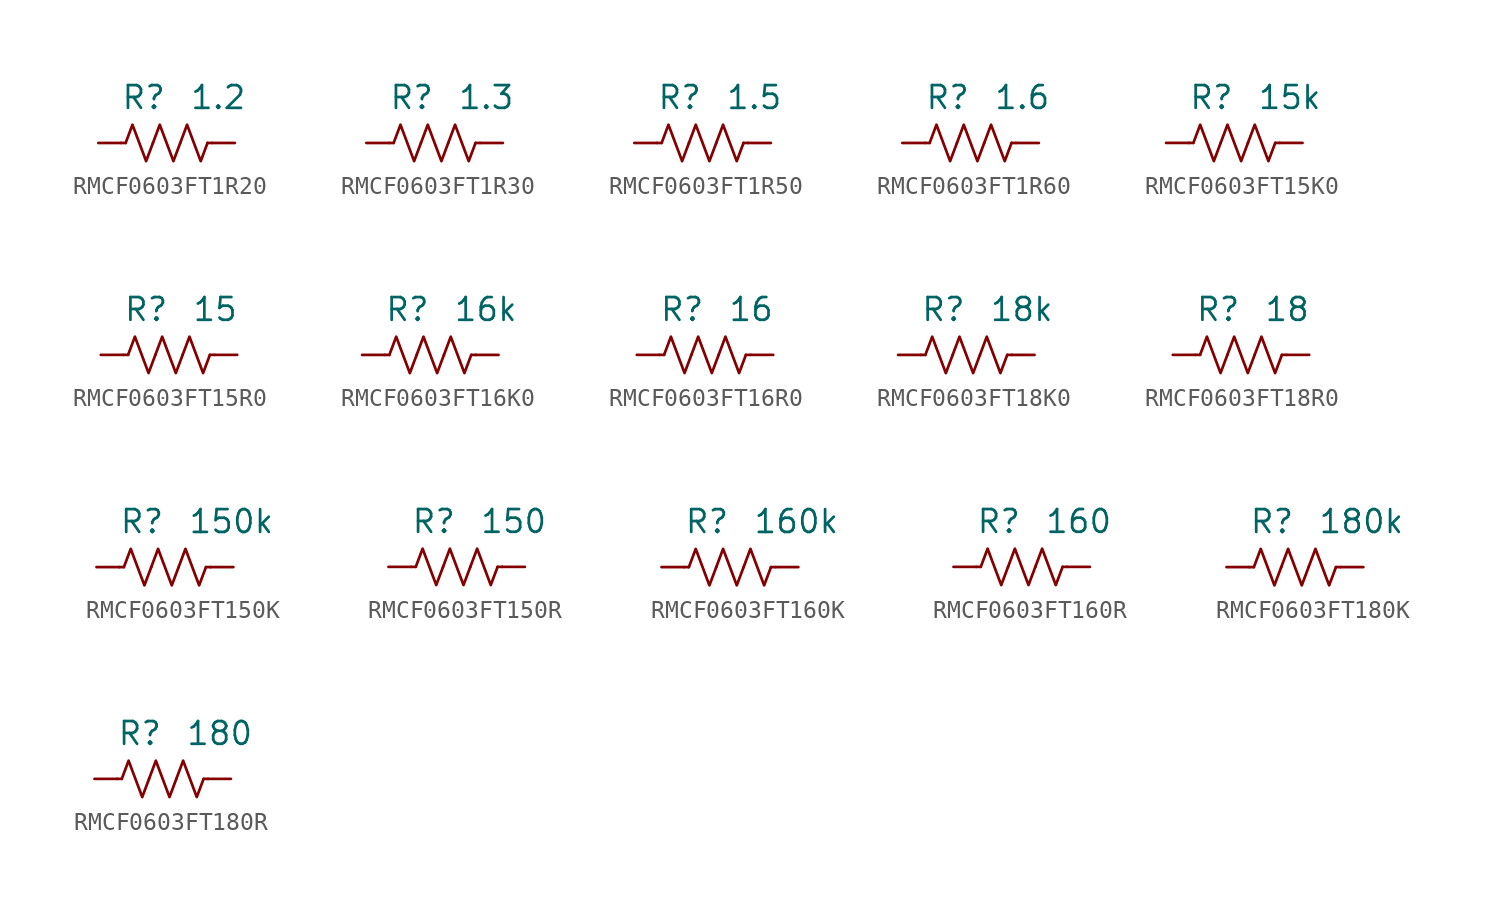
<source format=kicad_sym>
(kicad_symbol_lib
  (version 20241209)
  (generator "kicad_symbol_editor")
  (generator_version "9.0")
  (symbol "RMCF0603FT1R20"
    (pin_numbers
      (hide yes))
    (property "Reference" "R"
      (at 0 2.54 0)
      (effects (font (size 1.27 1.27)) (justify right)))
    (property "Value" "1.2"
      (at 1.27 2.54 0)
      (effects (font (size 1.27 1.27)) (justify left)))
    (symbol "RMCF0603FT1R20_0_1"
      (polyline (pts (xy -2.286 0) (xy -2.54 0)) (stroke (width 0) (type default)) (fill (type none)))
      (polyline (pts (xy -2.286 0) (xy -1.905 1.016) (xy -1.524 0) (xy -1.143 -1.016) (xy -0.762 0)) (stroke (width 0) (type default)) (fill (type none)))
      (polyline (pts (xy -0.762 0) (xy -0.381 1.016) (xy 0 0) (xy 0.381 -1.016) (xy 0.762 0)) (stroke (width 0) (type default)) (fill (type none)))
      (polyline (pts (xy 0.762 0) (xy 1.143 1.016) (xy 1.524 0) (xy 1.905 -1.016) (xy 2.286 0)) (stroke (width 0) (type default)) (fill (type none)))
      (polyline (pts (xy 2.286 0) (xy 2.54 0)) (stroke (width 0) (type default)) (fill (type none))))
    (symbol "RMCF0603FT1R20_1_1"
      (pin passive line (at -3.81 0 0) (length 1.27) (name "~" (effects (font (size 1.27 1.27)))) (number "1" (effects (font (size 1.27 1.27)))))
      (pin passive line (at 3.81 0 180) (length 1.27) (name "~" (effects (font (size 1.27 1.27)))) (number "2" (effects (font (size 1.27 1.27)))))))
  (symbol "RMCF0603FT1R30"
    (pin_numbers
      (hide yes))
    (property "Reference" "R"
      (at 0 2.54 0)
      (effects (font (size 1.27 1.27)) (justify right)))
    (property "Value" "1.3"
      (at 1.27 2.54 0)
      (effects (font (size 1.27 1.27)) (justify left)))
    (symbol "RMCF0603FT1R30_0_1"
      (polyline (pts (xy -2.286 0) (xy -2.54 0)) (stroke (width 0) (type default)) (fill (type none)))
      (polyline (pts (xy -2.286 0) (xy -1.905 1.016) (xy -1.524 0) (xy -1.143 -1.016) (xy -0.762 0)) (stroke (width 0) (type default)) (fill (type none)))
      (polyline (pts (xy -0.762 0) (xy -0.381 1.016) (xy 0 0) (xy 0.381 -1.016) (xy 0.762 0)) (stroke (width 0) (type default)) (fill (type none)))
      (polyline (pts (xy 0.762 0) (xy 1.143 1.016) (xy 1.524 0) (xy 1.905 -1.016) (xy 2.286 0)) (stroke (width 0) (type default)) (fill (type none)))
      (polyline (pts (xy 2.286 0) (xy 2.54 0)) (stroke (width 0) (type default)) (fill (type none))))
    (symbol "RMCF0603FT1R30_1_1"
      (pin passive line (at -3.81 0 0) (length 1.27) (name "~" (effects (font (size 1.27 1.27)))) (number "1" (effects (font (size 1.27 1.27)))))
      (pin passive line (at 3.81 0 180) (length 1.27) (name "~" (effects (font (size 1.27 1.27)))) (number "2" (effects (font (size 1.27 1.27)))))))
  (symbol "RMCF0603FT1R50"
    (pin_numbers
      (hide yes))
    (property "Reference" "R"
      (at 0 2.54 0)
      (effects (font (size 1.27 1.27)) (justify right)))
    (property "Value" "1.5"
      (at 1.27 2.54 0)
      (effects (font (size 1.27 1.27)) (justify left)))
    (symbol "RMCF0603FT1R50_0_1"
      (polyline (pts (xy -2.286 0) (xy -2.54 0)) (stroke (width 0) (type default)) (fill (type none)))
      (polyline (pts (xy -2.286 0) (xy -1.905 1.016) (xy -1.524 0) (xy -1.143 -1.016) (xy -0.762 0)) (stroke (width 0) (type default)) (fill (type none)))
      (polyline (pts (xy -0.762 0) (xy -0.381 1.016) (xy 0 0) (xy 0.381 -1.016) (xy 0.762 0)) (stroke (width 0) (type default)) (fill (type none)))
      (polyline (pts (xy 0.762 0) (xy 1.143 1.016) (xy 1.524 0) (xy 1.905 -1.016) (xy 2.286 0)) (stroke (width 0) (type default)) (fill (type none)))
      (polyline (pts (xy 2.286 0) (xy 2.54 0)) (stroke (width 0) (type default)) (fill (type none))))
    (symbol "RMCF0603FT1R50_1_1"
      (pin passive line (at -3.81 0 0) (length 1.27) (name "~" (effects (font (size 1.27 1.27)))) (number "1" (effects (font (size 1.27 1.27)))))
      (pin passive line (at 3.81 0 180) (length 1.27) (name "~" (effects (font (size 1.27 1.27)))) (number "2" (effects (font (size 1.27 1.27)))))))
  (symbol "RMCF0603FT1R60"
    (pin_numbers
      (hide yes))
    (property "Reference" "R"
      (at 0 2.54 0)
      (effects (font (size 1.27 1.27)) (justify right)))
    (property "Value" "1.6"
      (at 1.27 2.54 0)
      (effects (font (size 1.27 1.27)) (justify left)))
    (symbol "RMCF0603FT1R60_0_1"
      (polyline (pts (xy -2.286 0) (xy -2.54 0)) (stroke (width 0) (type default)) (fill (type none)))
      (polyline (pts (xy -2.286 0) (xy -1.905 1.016) (xy -1.524 0) (xy -1.143 -1.016) (xy -0.762 0)) (stroke (width 0) (type default)) (fill (type none)))
      (polyline (pts (xy -0.762 0) (xy -0.381 1.016) (xy 0 0) (xy 0.381 -1.016) (xy 0.762 0)) (stroke (width 0) (type default)) (fill (type none)))
      (polyline (pts (xy 0.762 0) (xy 1.143 1.016) (xy 1.524 0) (xy 1.905 -1.016) (xy 2.286 0)) (stroke (width 0) (type default)) (fill (type none)))
      (polyline (pts (xy 2.286 0) (xy 2.54 0)) (stroke (width 0) (type default)) (fill (type none))))
    (symbol "RMCF0603FT1R60_1_1"
      (pin passive line (at -3.81 0 0) (length 1.27) (name "~" (effects (font (size 1.27 1.27)))) (number "1" (effects (font (size 1.27 1.27)))))
      (pin passive line (at 3.81 0 180) (length 1.27) (name "~" (effects (font (size 1.27 1.27)))) (number "2" (effects (font (size 1.27 1.27)))))))
  (symbol "RMCF0603FT15K0"
    (pin_numbers
      (hide yes))
    (property "Reference" "R"
      (at 0 2.54 0)
      (effects (font (size 1.27 1.27)) (justify right)))
    (property "Value" "15k"
      (at 1.27 2.54 0)
      (effects (font (size 1.27 1.27)) (justify left)))
    (symbol "RMCF0603FT15K0_0_1"
      (polyline (pts (xy -2.286 0) (xy -2.54 0)) (stroke (width 0) (type default)) (fill (type none)))
      (polyline (pts (xy -2.286 0) (xy -1.905 1.016) (xy -1.524 0) (xy -1.143 -1.016) (xy -0.762 0)) (stroke (width 0) (type default)) (fill (type none)))
      (polyline (pts (xy -0.762 0) (xy -0.381 1.016) (xy 0 0) (xy 0.381 -1.016) (xy 0.762 0)) (stroke (width 0) (type default)) (fill (type none)))
      (polyline (pts (xy 0.762 0) (xy 1.143 1.016) (xy 1.524 0) (xy 1.905 -1.016) (xy 2.286 0)) (stroke (width 0) (type default)) (fill (type none)))
      (polyline (pts (xy 2.286 0) (xy 2.54 0)) (stroke (width 0) (type default)) (fill (type none))))
    (symbol "RMCF0603FT15K0_1_1"
      (pin passive line (at -3.81 0 0) (length 1.27) (name "~" (effects (font (size 1.27 1.27)))) (number "1" (effects (font (size 1.27 1.27)))))
      (pin passive line (at 3.81 0 180) (length 1.27) (name "~" (effects (font (size 1.27 1.27)))) (number "2" (effects (font (size 1.27 1.27)))))))
  (symbol "RMCF0603FT15R0"
    (pin_numbers
      (hide yes))
    (property "Reference" "R"
      (at 0 2.54 0)
      (effects (font (size 1.27 1.27)) (justify right)))
    (property "Value" "15"
      (at 1.27 2.54 0)
      (effects (font (size 1.27 1.27)) (justify left)))
    (symbol "RMCF0603FT15R0_0_1"
      (polyline (pts (xy -2.286 0) (xy -2.54 0)) (stroke (width 0) (type default)) (fill (type none)))
      (polyline (pts (xy -2.286 0) (xy -1.905 1.016) (xy -1.524 0) (xy -1.143 -1.016) (xy -0.762 0)) (stroke (width 0) (type default)) (fill (type none)))
      (polyline (pts (xy -0.762 0) (xy -0.381 1.016) (xy 0 0) (xy 0.381 -1.016) (xy 0.762 0)) (stroke (width 0) (type default)) (fill (type none)))
      (polyline (pts (xy 0.762 0) (xy 1.143 1.016) (xy 1.524 0) (xy 1.905 -1.016) (xy 2.286 0)) (stroke (width 0) (type default)) (fill (type none)))
      (polyline (pts (xy 2.286 0) (xy 2.54 0)) (stroke (width 0) (type default)) (fill (type none))))
    (symbol "RMCF0603FT15R0_1_1"
      (pin passive line (at -3.81 0 0) (length 1.27) (name "~" (effects (font (size 1.27 1.27)))) (number "1" (effects (font (size 1.27 1.27)))))
      (pin passive line (at 3.81 0 180) (length 1.27) (name "~" (effects (font (size 1.27 1.27)))) (number "2" (effects (font (size 1.27 1.27)))))))
  (symbol "RMCF0603FT16K0"
    (pin_numbers
      (hide yes))
    (property "Reference" "R"
      (at 0 2.54 0)
      (effects (font (size 1.27 1.27)) (justify right)))
    (property "Value" "16k"
      (at 1.27 2.54 0)
      (effects (font (size 1.27 1.27)) (justify left)))
    (symbol "RMCF0603FT16K0_0_1"
      (polyline (pts (xy -2.286 0) (xy -2.54 0)) (stroke (width 0) (type default)) (fill (type none)))
      (polyline (pts (xy -2.286 0) (xy -1.905 1.016) (xy -1.524 0) (xy -1.143 -1.016) (xy -0.762 0)) (stroke (width 0) (type default)) (fill (type none)))
      (polyline (pts (xy -0.762 0) (xy -0.381 1.016) (xy 0 0) (xy 0.381 -1.016) (xy 0.762 0)) (stroke (width 0) (type default)) (fill (type none)))
      (polyline (pts (xy 0.762 0) (xy 1.143 1.016) (xy 1.524 0) (xy 1.905 -1.016) (xy 2.286 0)) (stroke (width 0) (type default)) (fill (type none)))
      (polyline (pts (xy 2.286 0) (xy 2.54 0)) (stroke (width 0) (type default)) (fill (type none))))
    (symbol "RMCF0603FT16K0_1_1"
      (pin passive line (at -3.81 0 0) (length 1.27) (name "~" (effects (font (size 1.27 1.27)))) (number "1" (effects (font (size 1.27 1.27)))))
      (pin passive line (at 3.81 0 180) (length 1.27) (name "~" (effects (font (size 1.27 1.27)))) (number "2" (effects (font (size 1.27 1.27)))))))
  (symbol "RMCF0603FT16R0"
    (pin_numbers
      (hide yes))
    (property "Reference" "R"
      (at 0 2.54 0)
      (effects (font (size 1.27 1.27)) (justify right)))
    (property "Value" "16"
      (at 1.27 2.54 0)
      (effects (font (size 1.27 1.27)) (justify left)))
    (symbol "RMCF0603FT16R0_0_1"
      (polyline (pts (xy -2.286 0) (xy -2.54 0)) (stroke (width 0) (type default)) (fill (type none)))
      (polyline (pts (xy -2.286 0) (xy -1.905 1.016) (xy -1.524 0) (xy -1.143 -1.016) (xy -0.762 0)) (stroke (width 0) (type default)) (fill (type none)))
      (polyline (pts (xy -0.762 0) (xy -0.381 1.016) (xy 0 0) (xy 0.381 -1.016) (xy 0.762 0)) (stroke (width 0) (type default)) (fill (type none)))
      (polyline (pts (xy 0.762 0) (xy 1.143 1.016) (xy 1.524 0) (xy 1.905 -1.016) (xy 2.286 0)) (stroke (width 0) (type default)) (fill (type none)))
      (polyline (pts (xy 2.286 0) (xy 2.54 0)) (stroke (width 0) (type default)) (fill (type none))))
    (symbol "RMCF0603FT16R0_1_1"
      (pin passive line (at -3.81 0 0) (length 1.27) (name "~" (effects (font (size 1.27 1.27)))) (number "1" (effects (font (size 1.27 1.27)))))
      (pin passive line (at 3.81 0 180) (length 1.27) (name "~" (effects (font (size 1.27 1.27)))) (number "2" (effects (font (size 1.27 1.27)))))))
  (symbol "RMCF0603FT18K0"
    (pin_numbers
      (hide yes))
    (property "Reference" "R"
      (at 0 2.54 0)
      (effects (font (size 1.27 1.27)) (justify right)))
    (property "Value" "18k"
      (at 1.27 2.54 0)
      (effects (font (size 1.27 1.27)) (justify left)))
    (symbol "RMCF0603FT18K0_0_1"
      (polyline (pts (xy -2.286 0) (xy -2.54 0)) (stroke (width 0) (type default)) (fill (type none)))
      (polyline (pts (xy -2.286 0) (xy -1.905 1.016) (xy -1.524 0) (xy -1.143 -1.016) (xy -0.762 0)) (stroke (width 0) (type default)) (fill (type none)))
      (polyline (pts (xy -0.762 0) (xy -0.381 1.016) (xy 0 0) (xy 0.381 -1.016) (xy 0.762 0)) (stroke (width 0) (type default)) (fill (type none)))
      (polyline (pts (xy 0.762 0) (xy 1.143 1.016) (xy 1.524 0) (xy 1.905 -1.016) (xy 2.286 0)) (stroke (width 0) (type default)) (fill (type none)))
      (polyline (pts (xy 2.286 0) (xy 2.54 0)) (stroke (width 0) (type default)) (fill (type none))))
    (symbol "RMCF0603FT18K0_1_1"
      (pin passive line (at -3.81 0 0) (length 1.27) (name "~" (effects (font (size 1.27 1.27)))) (number "1" (effects (font (size 1.27 1.27)))))
      (pin passive line (at 3.81 0 180) (length 1.27) (name "~" (effects (font (size 1.27 1.27)))) (number "2" (effects (font (size 1.27 1.27)))))))
  (symbol "RMCF0603FT18R0"
    (pin_numbers
      (hide yes))
    (property "Reference" "R"
      (at 0 2.54 0)
      (effects (font (size 1.27 1.27)) (justify right)))
    (property "Value" "18"
      (at 1.27 2.54 0)
      (effects (font (size 1.27 1.27)) (justify left)))
    (symbol "RMCF0603FT18R0_0_1"
      (polyline (pts (xy -2.286 0) (xy -2.54 0)) (stroke (width 0) (type default)) (fill (type none)))
      (polyline (pts (xy -2.286 0) (xy -1.905 1.016) (xy -1.524 0) (xy -1.143 -1.016) (xy -0.762 0)) (stroke (width 0) (type default)) (fill (type none)))
      (polyline (pts (xy -0.762 0) (xy -0.381 1.016) (xy 0 0) (xy 0.381 -1.016) (xy 0.762 0)) (stroke (width 0) (type default)) (fill (type none)))
      (polyline (pts (xy 0.762 0) (xy 1.143 1.016) (xy 1.524 0) (xy 1.905 -1.016) (xy 2.286 0)) (stroke (width 0) (type default)) (fill (type none)))
      (polyline (pts (xy 2.286 0) (xy 2.54 0)) (stroke (width 0) (type default)) (fill (type none))))
    (symbol "RMCF0603FT18R0_1_1"
      (pin passive line (at -3.81 0 0) (length 1.27) (name "~" (effects (font (size 1.27 1.27)))) (number "1" (effects (font (size 1.27 1.27)))))
      (pin passive line (at 3.81 0 180) (length 1.27) (name "~" (effects (font (size 1.27 1.27)))) (number "2" (effects (font (size 1.27 1.27)))))))
  (symbol "RMCF0603FT150K"
    (pin_numbers
      (hide yes))
    (property "Reference" "R"
      (at 0 2.54 0)
      (effects (font (size 1.27 1.27)) (justify right)))
    (property "Value" "150k"
      (at 1.27 2.54 0)
      (effects (font (size 1.27 1.27)) (justify left)))
    (symbol "RMCF0603FT150K_0_1"
      (polyline (pts (xy -2.286 0) (xy -2.54 0)) (stroke (width 0) (type default)) (fill (type none)))
      (polyline (pts (xy -2.286 0) (xy -1.905 1.016) (xy -1.524 0) (xy -1.143 -1.016) (xy -0.762 0)) (stroke (width 0) (type default)) (fill (type none)))
      (polyline (pts (xy -0.762 0) (xy -0.381 1.016) (xy 0 0) (xy 0.381 -1.016) (xy 0.762 0)) (stroke (width 0) (type default)) (fill (type none)))
      (polyline (pts (xy 0.762 0) (xy 1.143 1.016) (xy 1.524 0) (xy 1.905 -1.016) (xy 2.286 0)) (stroke (width 0) (type default)) (fill (type none)))
      (polyline (pts (xy 2.286 0) (xy 2.54 0)) (stroke (width 0) (type default)) (fill (type none))))
    (symbol "RMCF0603FT150K_1_1"
      (pin passive line (at -3.81 0 0) (length 1.27) (name "~" (effects (font (size 1.27 1.27)))) (number "1" (effects (font (size 1.27 1.27)))))
      (pin passive line (at 3.81 0 180) (length 1.27) (name "~" (effects (font (size 1.27 1.27)))) (number "2" (effects (font (size 1.27 1.27)))))))
  (symbol "RMCF0603FT150R"
    (pin_numbers
      (hide yes))
    (property "Reference" "R"
      (at 0 2.54 0)
      (effects (font (size 1.27 1.27)) (justify right)))
    (property "Value" "150"
      (at 1.27 2.54 0)
      (effects (font (size 1.27 1.27)) (justify left)))
    (symbol "RMCF0603FT150R_0_1"
      (polyline (pts (xy -2.286 0) (xy -2.54 0)) (stroke (width 0) (type default)) (fill (type none)))
      (polyline (pts (xy -2.286 0) (xy -1.905 1.016) (xy -1.524 0) (xy -1.143 -1.016) (xy -0.762 0)) (stroke (width 0) (type default)) (fill (type none)))
      (polyline (pts (xy -0.762 0) (xy -0.381 1.016) (xy 0 0) (xy 0.381 -1.016) (xy 0.762 0)) (stroke (width 0) (type default)) (fill (type none)))
      (polyline (pts (xy 0.762 0) (xy 1.143 1.016) (xy 1.524 0) (xy 1.905 -1.016) (xy 2.286 0)) (stroke (width 0) (type default)) (fill (type none)))
      (polyline (pts (xy 2.286 0) (xy 2.54 0)) (stroke (width 0) (type default)) (fill (type none))))
    (symbol "RMCF0603FT150R_1_1"
      (pin passive line (at -3.81 0 0) (length 1.27) (name "~" (effects (font (size 1.27 1.27)))) (number "1" (effects (font (size 1.27 1.27)))))
      (pin passive line (at 3.81 0 180) (length 1.27) (name "~" (effects (font (size 1.27 1.27)))) (number "2" (effects (font (size 1.27 1.27)))))))
  (symbol "RMCF0603FT160K"
    (pin_numbers
      (hide yes))
    (property "Reference" "R"
      (at 0 2.54 0)
      (effects (font (size 1.27 1.27)) (justify right)))
    (property "Value" "160k"
      (at 1.27 2.54 0)
      (effects (font (size 1.27 1.27)) (justify left)))
    (symbol "RMCF0603FT160K_0_1"
      (polyline (pts (xy -2.286 0) (xy -2.54 0)) (stroke (width 0) (type default)) (fill (type none)))
      (polyline (pts (xy -2.286 0) (xy -1.905 1.016) (xy -1.524 0) (xy -1.143 -1.016) (xy -0.762 0)) (stroke (width 0) (type default)) (fill (type none)))
      (polyline (pts (xy -0.762 0) (xy -0.381 1.016) (xy 0 0) (xy 0.381 -1.016) (xy 0.762 0)) (stroke (width 0) (type default)) (fill (type none)))
      (polyline (pts (xy 0.762 0) (xy 1.143 1.016) (xy 1.524 0) (xy 1.905 -1.016) (xy 2.286 0)) (stroke (width 0) (type default)) (fill (type none)))
      (polyline (pts (xy 2.286 0) (xy 2.54 0)) (stroke (width 0) (type default)) (fill (type none))))
    (symbol "RMCF0603FT160K_1_1"
      (pin passive line (at -3.81 0 0) (length 1.27) (name "~" (effects (font (size 1.27 1.27)))) (number "1" (effects (font (size 1.27 1.27)))))
      (pin passive line (at 3.81 0 180) (length 1.27) (name "~" (effects (font (size 1.27 1.27)))) (number "2" (effects (font (size 1.27 1.27)))))))
  (symbol "RMCF0603FT160R"
    (pin_numbers
      (hide yes))
    (property "Reference" "R"
      (at 0 2.54 0)
      (effects (font (size 1.27 1.27)) (justify right)))
    (property "Value" "160"
      (at 1.27 2.54 0)
      (effects (font (size 1.27 1.27)) (justify left)))
    (symbol "RMCF0603FT160R_0_1"
      (polyline (pts (xy -2.286 0) (xy -2.54 0)) (stroke (width 0) (type default)) (fill (type none)))
      (polyline (pts (xy -2.286 0) (xy -1.905 1.016) (xy -1.524 0) (xy -1.143 -1.016) (xy -0.762 0)) (stroke (width 0) (type default)) (fill (type none)))
      (polyline (pts (xy -0.762 0) (xy -0.381 1.016) (xy 0 0) (xy 0.381 -1.016) (xy 0.762 0)) (stroke (width 0) (type default)) (fill (type none)))
      (polyline (pts (xy 0.762 0) (xy 1.143 1.016) (xy 1.524 0) (xy 1.905 -1.016) (xy 2.286 0)) (stroke (width 0) (type default)) (fill (type none)))
      (polyline (pts (xy 2.286 0) (xy 2.54 0)) (stroke (width 0) (type default)) (fill (type none))))
    (symbol "RMCF0603FT160R_1_1"
      (pin passive line (at -3.81 0 0) (length 1.27) (name "~" (effects (font (size 1.27 1.27)))) (number "1" (effects (font (size 1.27 1.27)))))
      (pin passive line (at 3.81 0 180) (length 1.27) (name "~" (effects (font (size 1.27 1.27)))) (number "2" (effects (font (size 1.27 1.27)))))))
  (symbol "RMCF0603FT180K"
    (pin_numbers
      (hide yes))
    (property "Reference" "R"
      (at 0 2.54 0)
      (effects (font (size 1.27 1.27)) (justify right)))
    (property "Value" "180k"
      (at 1.27 2.54 0)
      (effects (font (size 1.27 1.27)) (justify left)))
    (symbol "RMCF0603FT180K_0_1"
      (polyline (pts (xy -2.286 0) (xy -2.54 0)) (stroke (width 0) (type default)) (fill (type none)))
      (polyline (pts (xy -2.286 0) (xy -1.905 1.016) (xy -1.524 0) (xy -1.143 -1.016) (xy -0.762 0)) (stroke (width 0) (type default)) (fill (type none)))
      (polyline (pts (xy -0.762 0) (xy -0.381 1.016) (xy 0 0) (xy 0.381 -1.016) (xy 0.762 0)) (stroke (width 0) (type default)) (fill (type none)))
      (polyline (pts (xy 0.762 0) (xy 1.143 1.016) (xy 1.524 0) (xy 1.905 -1.016) (xy 2.286 0)) (stroke (width 0) (type default)) (fill (type none)))
      (polyline (pts (xy 2.286 0) (xy 2.54 0)) (stroke (width 0) (type default)) (fill (type none))))
    (symbol "RMCF0603FT180K_1_1"
      (pin passive line (at -3.81 0 0) (length 1.27) (name "~" (effects (font (size 1.27 1.27)))) (number "1" (effects (font (size 1.27 1.27)))))
      (pin passive line (at 3.81 0 180) (length 1.27) (name "~" (effects (font (size 1.27 1.27)))) (number "2" (effects (font (size 1.27 1.27)))))))
  (symbol "RMCF0603FT180R"
    (pin_numbers
      (hide yes))
    (property "Reference" "R"
      (at 0 2.54 0)
      (effects (font (size 1.27 1.27)) (justify right)))
    (property "Value" "180"
      (at 1.27 2.54 0)
      (effects (font (size 1.27 1.27)) (justify left)))
    (symbol "RMCF0603FT180R_0_1"
      (polyline (pts (xy -2.286 0) (xy -2.54 0)) (stroke (width 0) (type default)) (fill (type none)))
      (polyline (pts (xy -2.286 0) (xy -1.905 1.016) (xy -1.524 0) (xy -1.143 -1.016) (xy -0.762 0)) (stroke (width 0) (type default)) (fill (type none)))
      (polyline (pts (xy -0.762 0) (xy -0.381 1.016) (xy 0 0) (xy 0.381 -1.016) (xy 0.762 0)) (stroke (width 0) (type default)) (fill (type none)))
      (polyline (pts (xy 0.762 0) (xy 1.143 1.016) (xy 1.524 0) (xy 1.905 -1.016) (xy 2.286 0)) (stroke (width 0) (type default)) (fill (type none)))
      (polyline (pts (xy 2.286 0) (xy 2.54 0)) (stroke (width 0) (type default)) (fill (type none))))
    (symbol "RMCF0603FT180R_1_1"
      (pin passive line (at -3.81 0 0) (length 1.27) (name "~" (effects (font (size 1.27 1.27)))) (number "1" (effects (font (size 1.27 1.27)))))
      (pin passive line (at 3.81 0 180) (length 1.27) (name "~" (effects (font (size 1.27 1.27)))) (number "2" (effects (font (size 1.27 1.27))))))))
</source>
